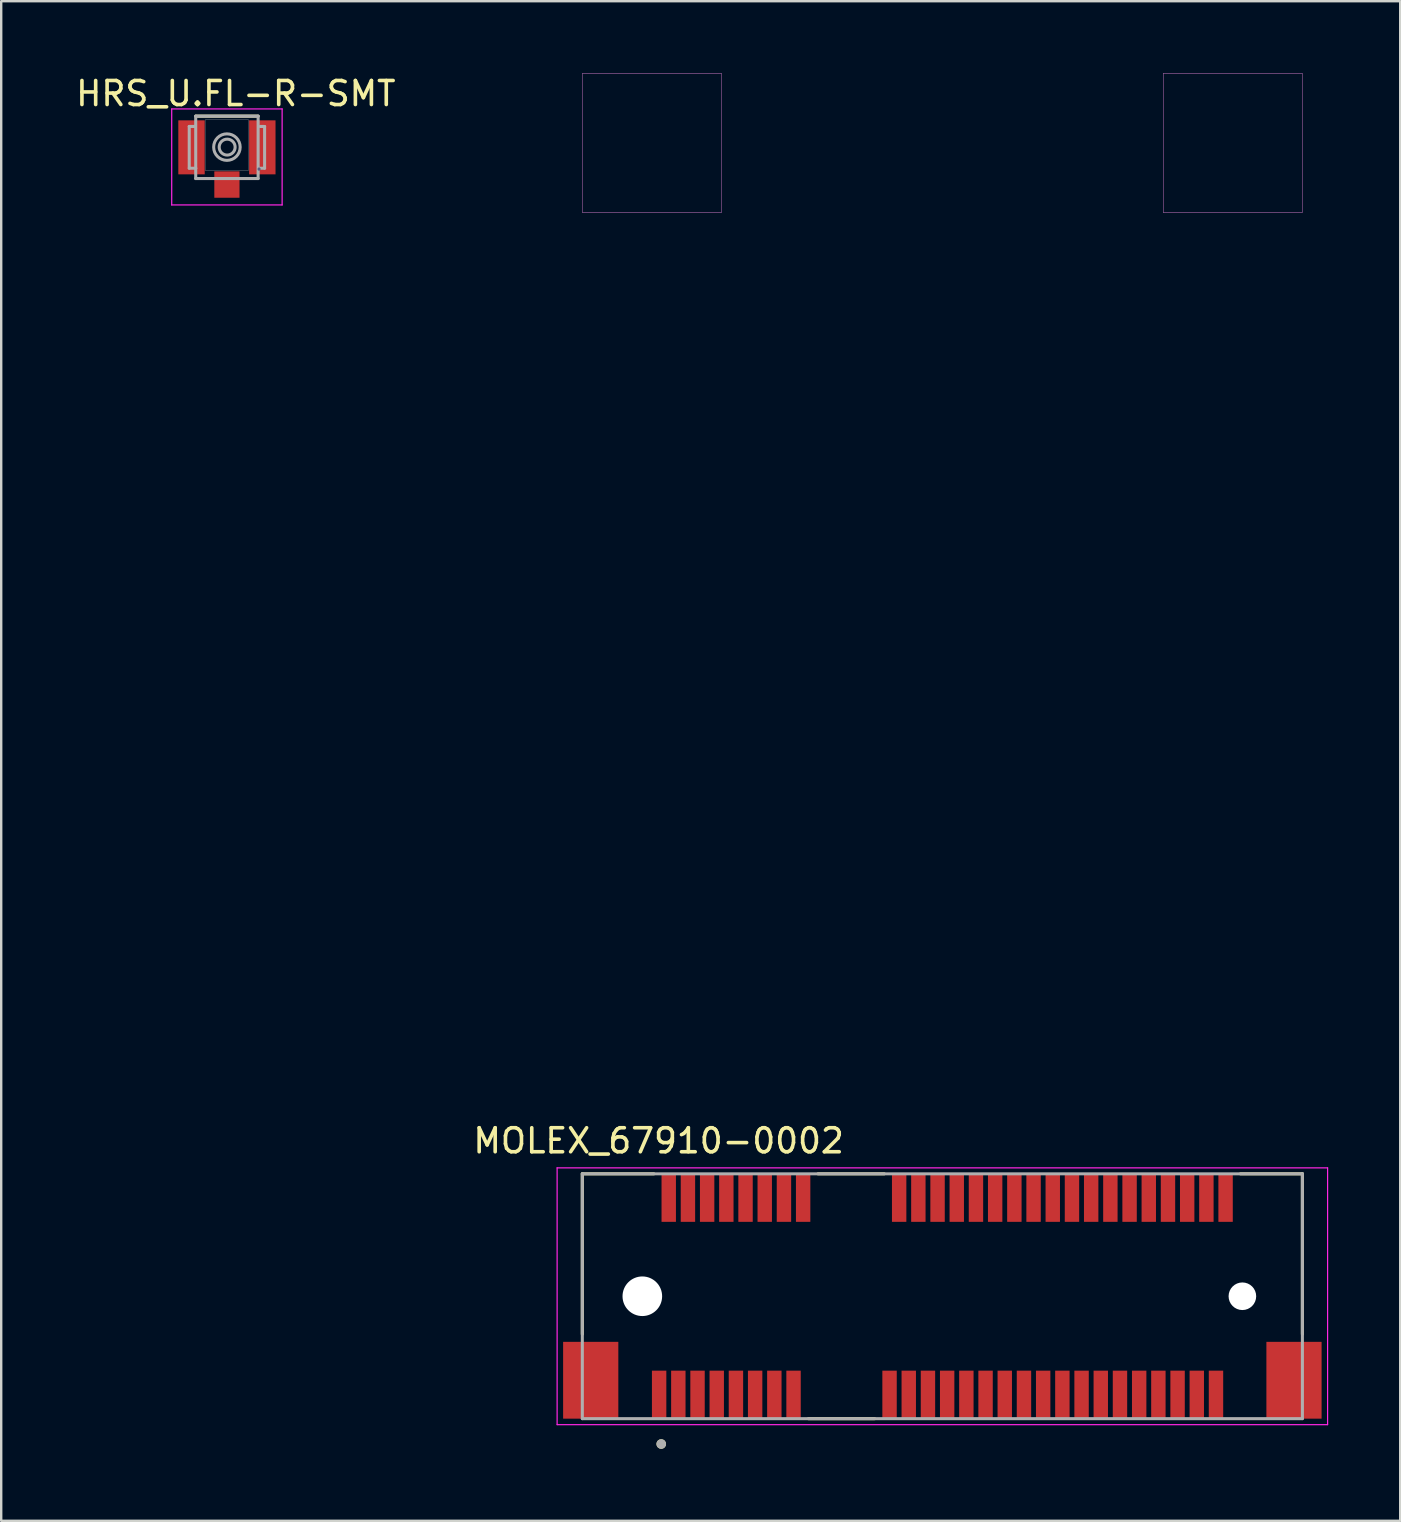
<source format=kicad_pcb>
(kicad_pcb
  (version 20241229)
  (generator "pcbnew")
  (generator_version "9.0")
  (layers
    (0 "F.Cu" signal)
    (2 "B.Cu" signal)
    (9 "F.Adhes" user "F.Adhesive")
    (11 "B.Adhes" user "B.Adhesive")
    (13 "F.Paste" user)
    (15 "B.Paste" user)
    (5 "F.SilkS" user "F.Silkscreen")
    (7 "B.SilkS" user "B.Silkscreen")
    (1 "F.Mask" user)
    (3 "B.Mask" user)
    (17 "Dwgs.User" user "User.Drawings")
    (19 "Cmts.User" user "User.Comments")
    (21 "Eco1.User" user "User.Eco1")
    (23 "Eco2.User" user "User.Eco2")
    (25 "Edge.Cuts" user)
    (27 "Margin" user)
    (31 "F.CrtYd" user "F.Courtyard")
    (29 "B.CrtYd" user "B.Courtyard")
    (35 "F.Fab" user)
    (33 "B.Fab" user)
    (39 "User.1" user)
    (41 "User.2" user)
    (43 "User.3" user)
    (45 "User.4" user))
  (footprint "MOLEX_67910-0002"
    (layer "F.Cu")
    (at 36.211 50.955)
    (property "Reference" "MOLEX_67910-0002" (at -11.821 -6.475 0) (layer "F.SilkS") (effects (font (size 1 1) (thickness 0.15))))
    (attr through_hole)
    (fp_line (start -15 1.58) (end -15 -5.1) (stroke (width 0.127) (type solid)) (layer "F.SilkS"))
    (fp_line (start -12.02 -5.1) (end -15 -5.1) (stroke (width 0.127) (type solid)) (layer "F.SilkS"))
    (fp_line (start -2.82 5.1) (end -5.58 5.1) (stroke (width 0.127) (type solid)) (layer "F.SilkS"))
    (fp_line (start -2.42 -5.1) (end -5.18 -5.1) (stroke (width 0.127) (type solid)) (layer "F.SilkS"))
    (fp_line (start 12.42 -5.1) (end 15 -5.1) (stroke (width 0.127) (type solid)) (layer "F.SilkS"))
    (fp_line (start 15 1.58) (end 15 -5.1) (stroke (width 0.127) (type solid)) (layer "F.SilkS"))
    (fp_circle (center -11.712 6.156) (end -11.612 6.156) (stroke (width 0.2) (type solid)) (fill no) (layer "F.SilkS"))
    (fp_poly (pts (xy -15 -50.95) (xy -9.2 -50.95) (xy -9.2 -45.15) (xy -15 -45.15)) (stroke (width 0.01) (type solid)) (fill no) (layer "Dwgs.User"))
    (fp_poly (pts (xy 9.2 -50.95) (xy 15 -50.95) (xy 15 -45.15) (xy 9.2 -45.15)) (stroke (width 0.01) (type solid)) (fill no) (layer "Dwgs.User"))
    (fp_line (start -16.05 -5.35) (end -16.05 5.35) (stroke (width 0.05) (type solid)) (layer "F.CrtYd"))
    (fp_line (start -16.05 5.35) (end 16.05 5.35) (stroke (width 0.05) (type solid)) (layer "F.CrtYd"))
    (fp_line (start 16.05 -5.35) (end -16.05 -5.35) (stroke (width 0.05) (type solid)) (layer "F.CrtYd"))
    (fp_line (start 16.05 5.35) (end 16.05 -5.35) (stroke (width 0.05) (type solid)) (layer "F.CrtYd"))
    (fp_poly (pts (xy -15 -50.95) (xy -9.2 -50.95) (xy -9.2 -45.15) (xy -15 -45.15)) (stroke (width 0.01) (type solid)) (fill no) (layer "F.CrtYd"))
    (fp_poly (pts (xy 9.2 -50.95) (xy 15 -50.95) (xy 15 -45.15) (xy 9.2 -45.15)) (stroke (width 0.01) (type solid)) (fill no) (layer "F.CrtYd"))
    (fp_line (start -15 -5.1) (end 15 -5.1) (stroke (width 0.127) (type solid)) (layer "F.Fab"))
    (fp_line (start -15 5.1) (end -15 -5.1) (stroke (width 0.127) (type solid)) (layer "F.Fab"))
    (fp_line (start 15 -5.1) (end 15 5.1) (stroke (width 0.127) (type solid)) (layer "F.Fab"))
    (fp_line (start 15 5.1) (end -15 5.1) (stroke (width 0.127) (type solid)) (layer "F.Fab"))
    (fp_circle (center -11.712 6.156) (end -11.612 6.156) (stroke (width 0.2) (type solid)) (fill no) (layer "F.Fab"))
    (pad "" np_thru_hole circle (at -12.5 0) (size 1.65 1.65) (drill 1.65) (layers "*.Cu" "*.Mask"))
    (pad "" np_thru_hole circle (at 12.5 0) (size 1.15 1.15) (drill 1.15) (layers "*.Cu" "*.Mask"))
    (pad "1" smd rect (at -11.8 4.1) (size 0.6 2) (layers "F.Cu" "F.Mask" "F.Paste"))
    (pad "2" smd rect (at -11.4 -4.1) (size 0.6 2) (layers "F.Cu" "F.Mask" "F.Paste"))
    (pad "3" smd rect (at -11 4.1) (size 0.6 2) (layers "F.Cu" "F.Mask" "F.Paste"))
    (pad "4" smd rect (at -10.6 -4.1) (size 0.6 2) (layers "F.Cu" "F.Mask" "F.Paste"))
    (pad "5" smd rect (at -10.2 4.1) (size 0.6 2) (layers "F.Cu" "F.Mask" "F.Paste"))
    (pad "6" smd rect (at -9.8 -4.1) (size 0.6 2) (layers "F.Cu" "F.Mask" "F.Paste"))
    (pad "7" smd rect (at -9.4 4.1) (size 0.6 2) (layers "F.Cu" "F.Mask" "F.Paste"))
    (pad "8" smd rect (at -9 -4.1) (size 0.6 2) (layers "F.Cu" "F.Mask" "F.Paste"))
    (pad "9" smd rect (at -8.6 4.1) (size 0.6 2) (layers "F.Cu" "F.Mask" "F.Paste"))
    (pad "10" smd rect (at -8.2 -4.1) (size 0.6 2) (layers "F.Cu" "F.Mask" "F.Paste"))
    (pad "11" smd rect (at -7.8 4.1) (size 0.6 2) (layers "F.Cu" "F.Mask" "F.Paste"))
    (pad "12" smd rect (at -7.4 -4.1) (size 0.6 2) (layers "F.Cu" "F.Mask" "F.Paste"))
    (pad "13" smd rect (at -7 4.1) (size 0.6 2) (layers "F.Cu" "F.Mask" "F.Paste"))
    (pad "14" smd rect (at -6.6 -4.1) (size 0.6 2) (layers "F.Cu" "F.Mask" "F.Paste"))
    (pad "15" smd rect (at -6.2 4.1) (size 0.6 2) (layers "F.Cu" "F.Mask" "F.Paste"))
    (pad "16" smd rect (at -5.8 -4.1) (size 0.6 2) (layers "F.Cu" "F.Mask" "F.Paste"))
    (pad "17" smd rect (at -2.2 4.1) (size 0.6 2) (layers "F.Cu" "F.Mask" "F.Paste"))
    (pad "18" smd rect (at -1.8 -4.1) (size 0.6 2) (layers "F.Cu" "F.Mask" "F.Paste"))
    (pad "19" smd rect (at -1.4 4.1) (size 0.6 2) (layers "F.Cu" "F.Mask" "F.Paste"))
    (pad "20" smd rect (at -1 -4.1) (size 0.6 2) (layers "F.Cu" "F.Mask" "F.Paste"))
    (pad "21" smd rect (at -0.6 4.1) (size 0.6 2) (layers "F.Cu" "F.Mask" "F.Paste"))
    (pad "22" smd rect (at -0.2 -4.1) (size 0.6 2) (layers "F.Cu" "F.Mask" "F.Paste"))
    (pad "23" smd rect (at 0.2 4.1) (size 0.6 2) (layers "F.Cu" "F.Mask" "F.Paste"))
    (pad "24" smd rect (at 0.6 -4.1) (size 0.6 2) (layers "F.Cu" "F.Mask" "F.Paste"))
    (pad "25" smd rect (at 1 4.1) (size 0.6 2) (layers "F.Cu" "F.Mask" "F.Paste"))
    (pad "26" smd rect (at 1.4 -4.1) (size 0.6 2) (layers "F.Cu" "F.Mask" "F.Paste"))
    (pad "27" smd rect (at 1.8 4.1) (size 0.6 2) (layers "F.Cu" "F.Mask" "F.Paste"))
    (pad "28" smd rect (at 2.2 -4.1) (size 0.6 2) (layers "F.Cu" "F.Mask" "F.Paste"))
    (pad "29" smd rect (at 2.6 4.1) (size 0.6 2) (layers "F.Cu" "F.Mask" "F.Paste"))
    (pad "30" smd rect (at 3 -4.1) (size 0.6 2) (layers "F.Cu" "F.Mask" "F.Paste"))
    (pad "31" smd rect (at 3.4 4.1) (size 0.6 2) (layers "F.Cu" "F.Mask" "F.Paste"))
    (pad "32" smd rect (at 3.8 -4.1) (size 0.6 2) (layers "F.Cu" "F.Mask" "F.Paste"))
    (pad "33" smd rect (at 4.2 4.1) (size 0.6 2) (layers "F.Cu" "F.Mask" "F.Paste"))
    (pad "34" smd rect (at 4.6 -4.1) (size 0.6 2) (layers "F.Cu" "F.Mask" "F.Paste"))
    (pad "35" smd rect (at 5 4.1) (size 0.6 2) (layers "F.Cu" "F.Mask" "F.Paste"))
    (pad "36" smd rect (at 5.4 -4.1) (size 0.6 2) (layers "F.Cu" "F.Mask" "F.Paste"))
    (pad "37" smd rect (at 5.8 4.1) (size 0.6 2) (layers "F.Cu" "F.Mask" "F.Paste"))
    (pad "38" smd rect (at 6.2 -4.1) (size 0.6 2) (layers "F.Cu" "F.Mask" "F.Paste"))
    (pad "39" smd rect (at 6.6 4.1) (size 0.6 2) (layers "F.Cu" "F.Mask" "F.Paste"))
    (pad "40" smd rect (at 7 -4.1) (size 0.6 2) (layers "F.Cu" "F.Mask" "F.Paste"))
    (pad "41" smd rect (at 7.4 4.1) (size 0.6 2) (layers "F.Cu" "F.Mask" "F.Paste"))
    (pad "42" smd rect (at 7.8 -4.1) (size 0.6 2) (layers "F.Cu" "F.Mask" "F.Paste"))
    (pad "43" smd rect (at 8.2 4.1) (size 0.6 2) (layers "F.Cu" "F.Mask" "F.Paste"))
    (pad "44" smd rect (at 8.6 -4.1) (size 0.6 2) (layers "F.Cu" "F.Mask" "F.Paste"))
    (pad "45" smd rect (at 9 4.1) (size 0.6 2) (layers "F.Cu" "F.Mask" "F.Paste"))
    (pad "46" smd rect (at 9.4 -4.1) (size 0.6 2) (layers "F.Cu" "F.Mask" "F.Paste"))
    (pad "47" smd rect (at 9.8 4.1) (size 0.6 2) (layers "F.Cu" "F.Mask" "F.Paste"))
    (pad "48" smd rect (at 10.2 -4.1) (size 0.6 2) (layers "F.Cu" "F.Mask" "F.Paste"))
    (pad "49" smd rect (at 10.6 4.1) (size 0.6 2) (layers "F.Cu" "F.Mask" "F.Paste"))
    (pad "50" smd rect (at 11 -4.1) (size 0.6 2) (layers "F.Cu" "F.Mask" "F.Paste"))
    (pad "51" smd rect (at 11.4 4.1) (size 0.6 2) (layers "F.Cu" "F.Mask" "F.Paste"))
    (pad "52" smd rect (at 11.8 -4.1) (size 0.6 2) (layers "F.Cu" "F.Mask" "F.Paste"))
    (pad "S1" smd rect (at -14.65 3.5) (size 2.3 3.2) (layers "F.Cu" "F.Mask" "F.Paste"))
    (pad "S2" smd rect (at 14.65 3.5) (size 2.3 3.2) (layers "F.Cu" "F.Mask" "F.Paste")))
  (footprint "HRS_U.FL-R-SMT"
    (layer "F.Cu")
    (at 6.404 3.089)
    (property "Reference" "HRS_U.FL-R-SMT" (at 0.371 -2.24 0) (layer "F.SilkS") (effects (font (size 1.001 1.001) (thickness 0.15))))
    (attr through_hole)
    (fp_line (start 1.3 -1.3) (end -1.3 -1.3) (stroke (width 0.127) (type solid)) (layer "F.SilkS"))
    (fp_poly (pts (xy -0.903 -1.15) (xy 0.9 -1.15) (xy 0.9 0.963) (xy -0.903 0.963)) (stroke (width 0.01) (type solid)) (fill no) (layer "Dwgs.User"))
    (fp_line (start -2.3 -1.6) (end -2.3 2.4) (stroke (width 0.05) (type solid)) (layer "F.CrtYd"))
    (fp_line (start -2.3 2.4) (end 2.3 2.4) (stroke (width 0.05) (type solid)) (layer "F.CrtYd"))
    (fp_line (start 2.3 -1.6) (end -2.3 -1.6) (stroke (width 0.05) (type solid)) (layer "F.CrtYd"))
    (fp_line (start 2.3 2.4) (end 2.3 -1.6) (stroke (width 0.05) (type solid)) (layer "F.CrtYd"))
    (fp_line (start 1.34 0.9) (end 1.34 0.91) (stroke (width 0.127) (type solid)) (layer "B.Fab"))
    (fp_line (start -1.57 -0.87) (end -1.57 0.87) (stroke (width 0.127) (type solid)) (layer "F.Fab"))
    (fp_line (start -1.57 -0.87) (end -1.33 -0.87) (stroke (width 0.127) (type solid)) (layer "F.Fab"))
    (fp_line (start -1.57 0.87) (end -1.3 0.87) (stroke (width 0.127) (type solid)) (layer "F.Fab"))
    (fp_line (start -1.33 -0.87) (end -1.33 -0.88) (stroke (width 0.127) (type solid)) (layer "F.Fab"))
    (fp_line (start -1.3 -1.3) (end 1.3 -1.3) (stroke (width 0.127) (type solid)) (layer "F.Fab"))
    (fp_line (start -1.3 0.87) (end -1.3 -1.3) (stroke (width 0.127) (type solid)) (layer "F.Fab"))
    (fp_line (start -1.3 1.3) (end -1.3 0.87) (stroke (width 0.127) (type solid)) (layer "F.Fab"))
    (fp_line (start -1.3 1.3) (end 1.3 1.3) (stroke (width 0.127) (type solid)) (layer "F.Fab"))
    (fp_line (start 1.3 -1.3) (end 1.3 1.3) (stroke (width 0.127) (type solid)) (layer "F.Fab"))
    (fp_line (start 1.38 -0.87) (end 1.57 -0.87) (stroke (width 0.127) (type solid)) (layer "F.Fab"))
    (fp_line (start 1.57 -0.87) (end 1.57 0.87) (stroke (width 0.127) (type solid)) (layer "F.Fab"))
    (fp_line (start 1.57 0.87) (end 1.34 0.87) (stroke (width 0.127) (type solid)) (layer "F.Fab"))
    (fp_circle (center 0 -0.01) (end 0.552 -0.01) (stroke (width 0.127) (type solid)) (fill no) (layer "F.Fab"))
    (fp_circle (center 0.01 -0.01) (end 0.342 -0.01) (stroke (width 0.127) (type solid)) (fill no) (layer "F.Fab"))
    (pad "1" smd rect (at -1.475 0) (size 1.1 2.25) (layers "F.Cu" "F.Mask" "F.Paste"))
    (pad "2" smd rect (at 1.475 0) (size 1.1 2.25) (layers "F.Cu" "F.Mask" "F.Paste"))
    (pad "3" smd rect (at 0 1.55) (size 1.05 1.1) (layers "F.Cu" "F.Mask" "F.Paste")))
  (gr_rect
    (start -3 -3)
    (end 55.286 60.311)
    (stroke (width 0.1) (type default))
    (fill no)
    (layer "Edge.Cuts")))
</source>
